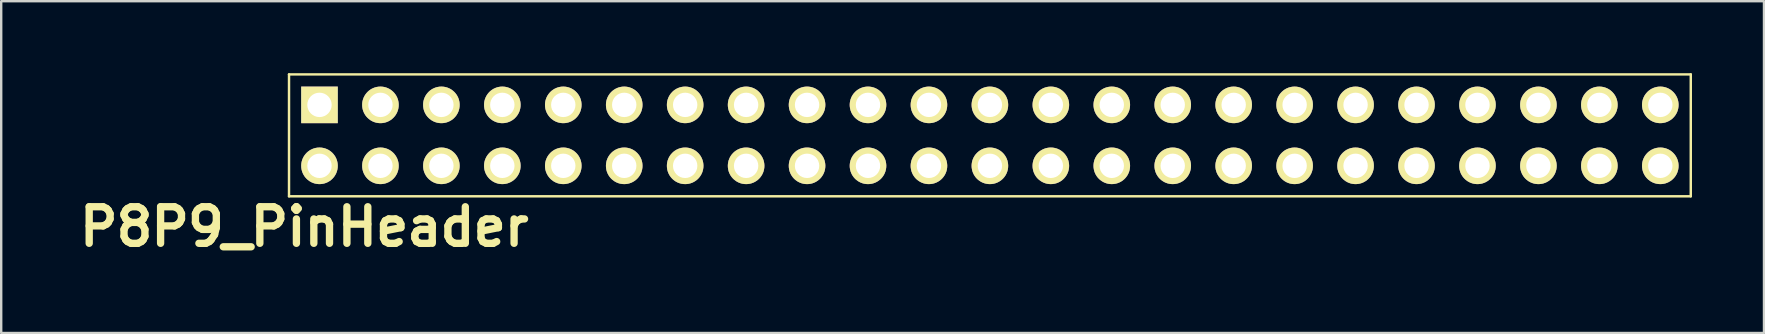
<source format=kicad_pcb>
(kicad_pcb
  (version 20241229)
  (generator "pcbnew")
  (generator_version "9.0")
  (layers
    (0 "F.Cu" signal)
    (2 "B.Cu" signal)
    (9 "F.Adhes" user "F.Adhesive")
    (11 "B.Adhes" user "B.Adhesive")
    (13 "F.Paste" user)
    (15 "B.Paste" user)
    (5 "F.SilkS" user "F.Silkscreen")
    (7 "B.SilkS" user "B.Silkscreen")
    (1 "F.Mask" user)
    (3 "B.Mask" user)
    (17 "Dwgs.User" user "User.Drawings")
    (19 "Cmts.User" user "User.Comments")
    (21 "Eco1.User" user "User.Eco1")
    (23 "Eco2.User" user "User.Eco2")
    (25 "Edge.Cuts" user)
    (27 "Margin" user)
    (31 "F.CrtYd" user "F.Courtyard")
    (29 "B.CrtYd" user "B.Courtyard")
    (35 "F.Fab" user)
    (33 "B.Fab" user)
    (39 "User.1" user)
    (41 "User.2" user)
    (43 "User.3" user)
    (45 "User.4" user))
  (footprint "P8P9_PinHeader"
    (layer "F.Cu")
    (at 10.265 1.321)
    (property "Reference" "P8P9_PinHeader" (at -0.635 5.08 0) (layer "F.SilkS") (effects (font (size 1.524 1.524) (thickness 0.305))))
    (attr through_hole)
    (fp_line (start -1.27 -1.27) (end 57.15 -1.27) (stroke (width 0.102) (type solid)) (layer "F.SilkS"))
    (fp_line (start -1.27 3.81) (end -1.27 -1.27) (stroke (width 0.102) (type solid)) (layer "F.SilkS"))
    (fp_line (start 57.15 -1.27) (end 57.15 3.81) (stroke (width 0.102) (type solid)) (layer "F.SilkS"))
    (fp_line (start 57.15 3.81) (end -1.27 3.81) (stroke (width 0.102) (type solid)) (layer "F.SilkS"))
    (pad "1" thru_hole rect (at 0 0) (size 1.524 1.524) (drill 1.016) (layers "*.Cu" "*.Mask" "F.SilkS"))
    (pad "2" thru_hole circle (at 0 2.54) (size 1.524 1.524) (drill 1.016) (layers "*.Cu" "*.Mask" "F.SilkS"))
    (pad "3" thru_hole circle (at 2.54 0) (size 1.524 1.524) (drill 1.016) (layers "*.Cu" "*.Mask" "F.SilkS"))
    (pad "4" thru_hole circle (at 2.54 2.54) (size 1.524 1.524) (drill 1.016) (layers "*.Cu" "*.Mask" "F.SilkS"))
    (pad "5" thru_hole circle (at 5.08 0) (size 1.524 1.524) (drill 1.016) (layers "*.Cu" "*.Mask" "F.SilkS"))
    (pad "6" thru_hole circle (at 5.08 2.54) (size 1.524 1.524) (drill 1.016) (layers "*.Cu" "*.Mask" "F.SilkS"))
    (pad "7" thru_hole circle (at 7.62 0) (size 1.524 1.524) (drill 1.016) (layers "*.Cu" "*.Mask" "F.SilkS"))
    (pad "8" thru_hole circle (at 7.62 2.54) (size 1.524 1.524) (drill 1.016) (layers "*.Cu" "*.Mask" "F.SilkS"))
    (pad "9" thru_hole circle (at 10.16 0) (size 1.524 1.524) (drill 1.016) (layers "*.Cu" "*.Mask" "F.SilkS"))
    (pad "10" thru_hole circle (at 10.16 2.54) (size 1.524 1.524) (drill 1.016) (layers "*.Cu" "*.Mask" "F.SilkS"))
    (pad "11" thru_hole circle (at 12.7 0) (size 1.524 1.524) (drill 1.016) (layers "*.Cu" "*.Mask" "F.SilkS"))
    (pad "12" thru_hole circle (at 12.7 2.54) (size 1.524 1.524) (drill 1.016) (layers "*.Cu" "*.Mask" "F.SilkS"))
    (pad "13" thru_hole circle (at 15.24 0) (size 1.524 1.524) (drill 1.016) (layers "*.Cu" "*.Mask" "F.SilkS"))
    (pad "14" thru_hole circle (at 15.24 2.54) (size 1.524 1.524) (drill 1.016) (layers "*.Cu" "*.Mask" "F.SilkS"))
    (pad "15" thru_hole circle (at 17.78 0) (size 1.524 1.524) (drill 1.016) (layers "*.Cu" "*.Mask" "F.SilkS"))
    (pad "16" thru_hole circle (at 17.78 2.54) (size 1.524 1.524) (drill 1.016) (layers "*.Cu" "*.Mask" "F.SilkS"))
    (pad "17" thru_hole circle (at 20.32 0) (size 1.524 1.524) (drill 1.016) (layers "*.Cu" "*.Mask" "F.SilkS"))
    (pad "18" thru_hole circle (at 20.32 2.54) (size 1.524 1.524) (drill 1.016) (layers "*.Cu" "*.Mask" "F.SilkS"))
    (pad "19" thru_hole circle (at 22.86 0) (size 1.524 1.524) (drill 1.016) (layers "*.Cu" "*.Mask" "F.SilkS"))
    (pad "20" thru_hole circle (at 22.86 2.54) (size 1.524 1.524) (drill 1.016) (layers "*.Cu" "*.Mask" "F.SilkS"))
    (pad "21" thru_hole circle (at 25.4 0) (size 1.524 1.524) (drill 1.016) (layers "*.Cu" "*.Mask" "F.SilkS"))
    (pad "22" thru_hole circle (at 25.4 2.54) (size 1.524 1.524) (drill 1.016) (layers "*.Cu" "*.Mask" "F.SilkS"))
    (pad "23" thru_hole circle (at 27.94 0) (size 1.524 1.524) (drill 1.016) (layers "*.Cu" "*.Mask" "F.SilkS"))
    (pad "24" thru_hole circle (at 27.94 2.54) (size 1.524 1.524) (drill 1.016) (layers "*.Cu" "*.Mask" "F.SilkS"))
    (pad "25" thru_hole circle (at 30.48 0) (size 1.524 1.524) (drill 1.016) (layers "*.Cu" "*.Mask" "F.SilkS"))
    (pad "26" thru_hole circle (at 30.48 2.54) (size 1.524 1.524) (drill 1.016) (layers "*.Cu" "*.Mask" "F.SilkS"))
    (pad "27" thru_hole circle (at 33.02 0) (size 1.524 1.524) (drill 1.016) (layers "*.Cu" "*.Mask" "F.SilkS"))
    (pad "28" thru_hole circle (at 33.02 2.54) (size 1.524 1.524) (drill 1.016) (layers "*.Cu" "*.Mask" "F.SilkS"))
    (pad "29" thru_hole circle (at 35.56 0) (size 1.524 1.524) (drill 1.016) (layers "*.Cu" "*.Mask" "F.SilkS"))
    (pad "30" thru_hole circle (at 35.56 2.54) (size 1.524 1.524) (drill 1.016) (layers "*.Cu" "*.Mask" "F.SilkS"))
    (pad "31" thru_hole circle (at 38.1 0) (size 1.524 1.524) (drill 1.016) (layers "*.Cu" "*.Mask" "F.SilkS"))
    (pad "32" thru_hole circle (at 38.1 2.54) (size 1.524 1.524) (drill 1.016) (layers "*.Cu" "*.Mask" "F.SilkS"))
    (pad "33" thru_hole circle (at 40.64 0) (size 1.524 1.524) (drill 1.016) (layers "*.Cu" "*.Mask" "F.SilkS"))
    (pad "34" thru_hole circle (at 40.64 2.54) (size 1.524 1.524) (drill 1.016) (layers "*.Cu" "*.Mask" "F.SilkS"))
    (pad "35" thru_hole circle (at 43.18 0) (size 1.524 1.524) (drill 1.016) (layers "*.Cu" "*.Mask" "F.SilkS"))
    (pad "36" thru_hole circle (at 43.18 2.54) (size 1.524 1.524) (drill 1.016) (layers "*.Cu" "*.Mask" "F.SilkS"))
    (pad "37" thru_hole circle (at 45.72 0) (size 1.524 1.524) (drill 1.016) (layers "*.Cu" "*.Mask" "F.SilkS"))
    (pad "38" thru_hole circle (at 45.72 2.54) (size 1.524 1.524) (drill 1.016) (layers "*.Cu" "*.Mask" "F.SilkS"))
    (pad "39" thru_hole circle (at 48.26 0) (size 1.524 1.524) (drill 1.016) (layers "*.Cu" "*.Mask" "F.SilkS"))
    (pad "40" thru_hole circle (at 48.26 2.54) (size 1.524 1.524) (drill 1.016) (layers "*.Cu" "*.Mask" "F.SilkS"))
    (pad "41" thru_hole circle (at 50.8 0) (size 1.524 1.524) (drill 1.016) (layers "*.Cu" "*.Mask" "F.SilkS"))
    (pad "42" thru_hole circle (at 50.8 2.54) (size 1.524 1.524) (drill 1.016) (layers "*.Cu" "*.Mask" "F.SilkS"))
    (pad "43" thru_hole circle (at 53.34 0) (size 1.524 1.524) (drill 1.016) (layers "*.Cu" "*.Mask" "F.SilkS"))
    (pad "44" thru_hole circle (at 53.34 2.54) (size 1.524 1.524) (drill 1.016) (layers "*.Cu" "*.Mask" "F.SilkS"))
    (pad "45" thru_hole circle (at 55.88 0) (size 1.524 1.524) (drill 1.016) (layers "*.Cu" "*.Mask" "F.SilkS"))
    (pad "46" thru_hole circle (at 55.88 2.54) (size 1.524 1.524) (drill 1.016) (layers "*.Cu" "*.Mask" "F.SilkS")))
  (gr_rect
    (start -3 -3)
    (end 70.466 10.827)
    (stroke (width 0.1) (type default))
    (fill no)
    (layer "Edge.Cuts")))
</source>
